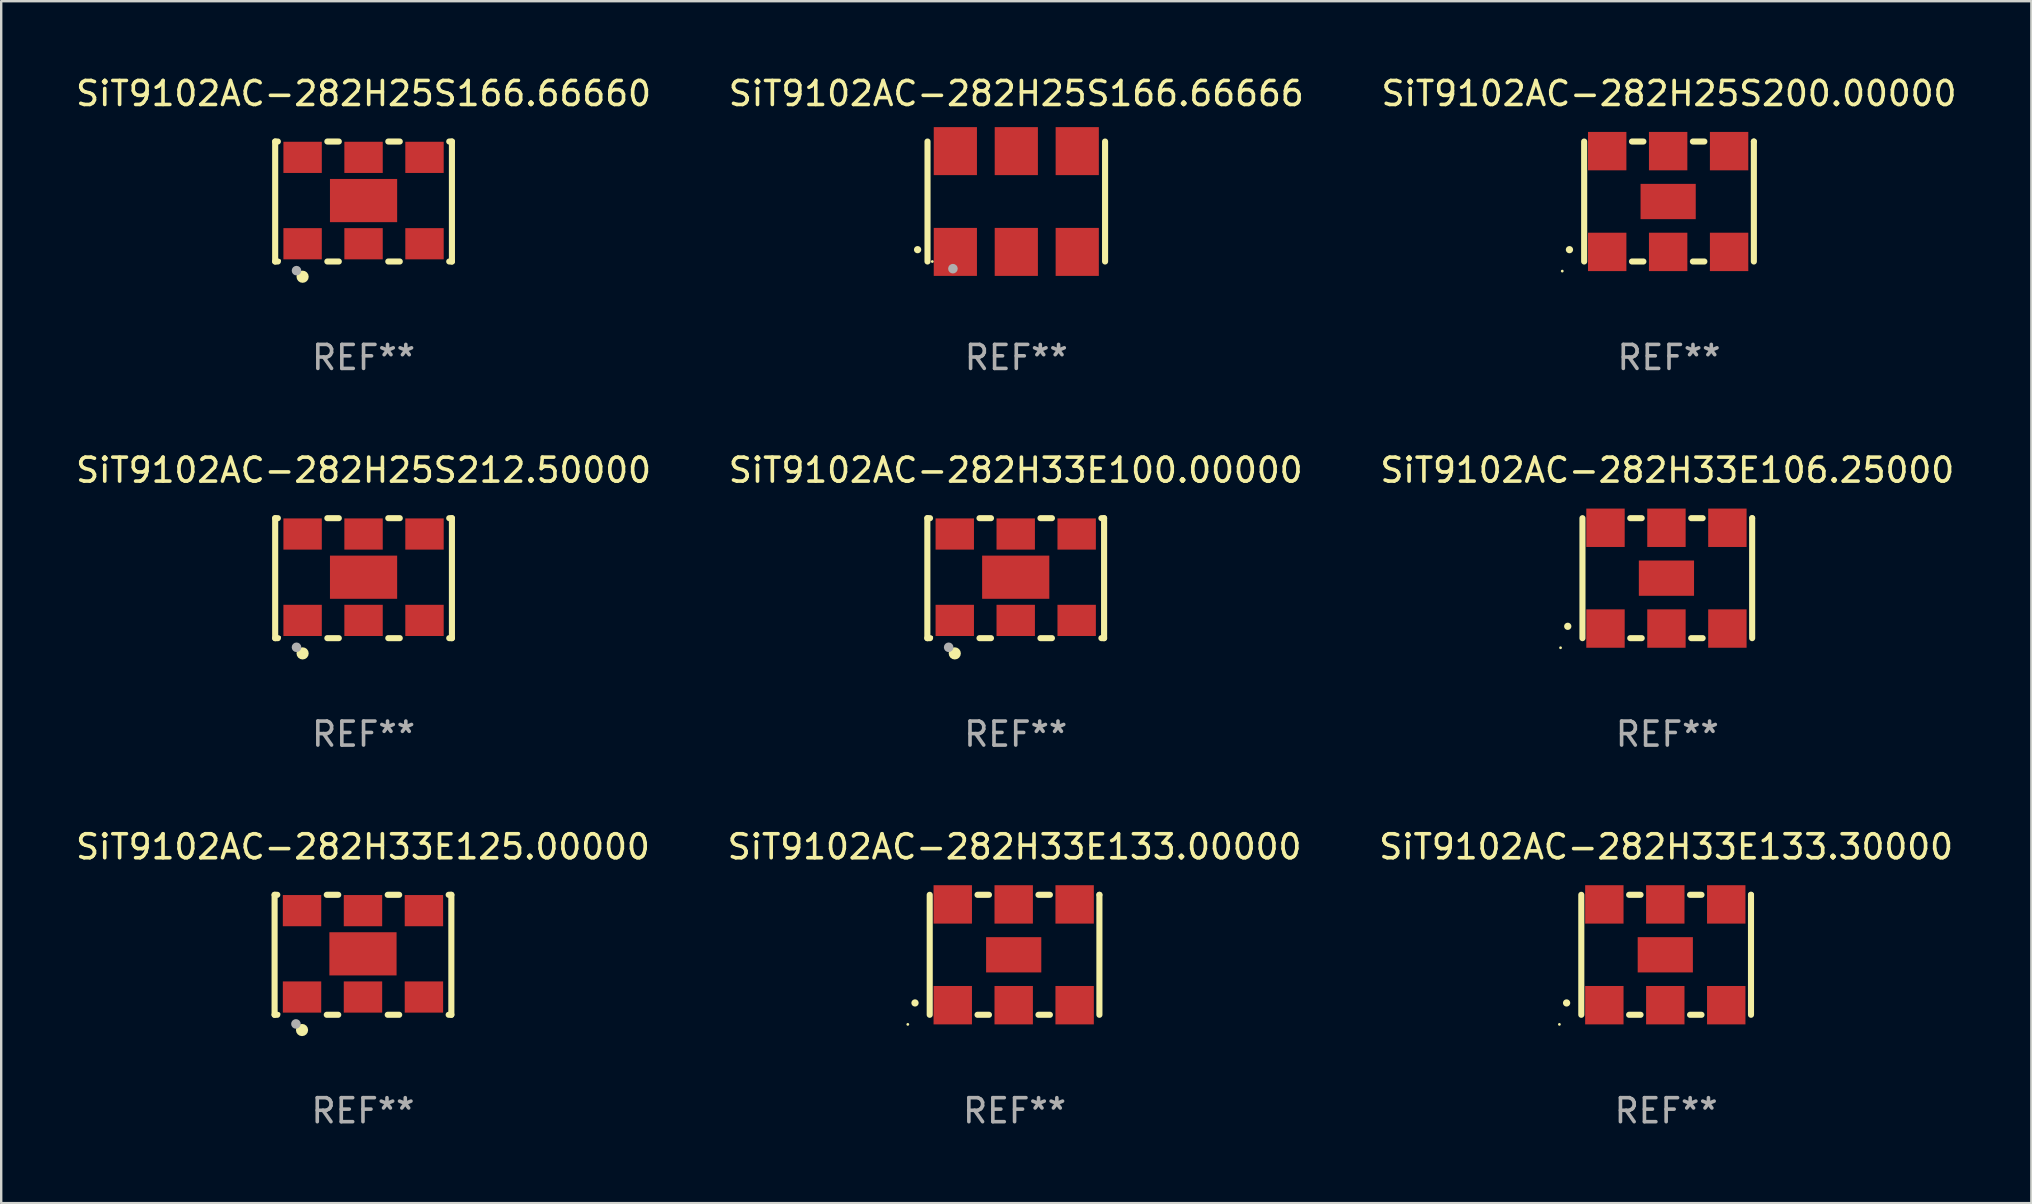
<source format=kicad_pcb>
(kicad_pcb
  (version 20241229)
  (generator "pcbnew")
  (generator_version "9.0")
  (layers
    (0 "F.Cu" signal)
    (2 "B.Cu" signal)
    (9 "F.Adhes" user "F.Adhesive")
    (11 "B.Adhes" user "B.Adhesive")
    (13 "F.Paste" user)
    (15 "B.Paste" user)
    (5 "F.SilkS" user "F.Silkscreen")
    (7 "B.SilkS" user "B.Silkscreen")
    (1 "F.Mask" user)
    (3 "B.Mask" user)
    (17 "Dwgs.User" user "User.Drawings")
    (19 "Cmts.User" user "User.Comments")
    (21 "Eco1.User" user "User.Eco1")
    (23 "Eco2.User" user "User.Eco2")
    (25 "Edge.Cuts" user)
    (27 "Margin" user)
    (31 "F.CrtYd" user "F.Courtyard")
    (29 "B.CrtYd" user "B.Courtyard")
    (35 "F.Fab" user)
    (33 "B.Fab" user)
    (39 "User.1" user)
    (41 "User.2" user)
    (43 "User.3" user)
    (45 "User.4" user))
  (footprint "SiT9102AC-282H25S212.50000"
    (layer "F.Cu")
    (at 12.101 21.045)
    (property "Reference" "SiT9102AC-282H25S212.50000" (at 0 -4.5 0) (layer "F.SilkS") (effects (font (size 1 1) (thickness 0.15))))
    (attr through_hole)
    (fp_line (start -3.683 -2.5) (end -3.571 -2.5) (stroke (width 0.254) (type solid)) (layer "F.SilkS"))
    (fp_line (start -3.683 2.5) (end -3.683 -2.5) (stroke (width 0.254) (type solid)) (layer "F.SilkS"))
    (fp_line (start -3.683 2.5) (end -3.571 2.5) (stroke (width 0.254) (type solid)) (layer "F.SilkS"))
    (fp_line (start -1.509 -2.5) (end -1.031 -2.5) (stroke (width 0.254) (type solid)) (layer "F.SilkS"))
    (fp_line (start -1.509 2.5) (end -1.031 2.5) (stroke (width 0.254) (type solid)) (layer "F.SilkS"))
    (fp_line (start 1.031 -2.5) (end 1.509 -2.5) (stroke (width 0.254) (type solid)) (layer "F.SilkS"))
    (fp_line (start 1.031 2.5) (end 1.509 2.5) (stroke (width 0.254) (type solid)) (layer "F.SilkS"))
    (fp_line (start 3.571 -2.5) (end 3.683 -2.5) (stroke (width 0.254) (type solid)) (layer "F.SilkS"))
    (fp_line (start 3.571 2.5) (end 3.683 2.5) (stroke (width 0.254) (type solid)) (layer "F.SilkS"))
    (fp_line (start 3.683 2.5) (end 3.683 -2.5) (stroke (width 0.254) (type solid)) (layer "F.SilkS"))
    (fp_circle (center -3.5 2.46) (end -3.47 2.46) (stroke (width 0.06) (type solid)) (fill no) (layer "F.SilkS"))
    (fp_circle (center -2.54 3.135) (end -2.413 3.135) (stroke (width 0.254) (type solid)) (fill no) (layer "F.SilkS"))
    (fp_circle (center -2.794 2.881) (end -2.694 2.881) (stroke (width 0.2) (type solid)) (fill no) (layer "F.Fab"))
    (fp_text user "REF**" (at 0 6.5 0) (layer "F.Fab") (effects (font (size 1 1) (thickness 0.15))))
    (pad "1" smd rect (at -2.54 1.76) (size 1.6 1.3) (layers "F.Cu" "F.Mask" "F.Paste"))
    (pad "2" smd rect (at 0 1.76) (size 1.6 1.3) (layers "F.Cu" "F.Mask" "F.Paste"))
    (pad "3" smd rect (at 2.54 1.76) (size 1.6 1.3) (layers "F.Cu" "F.Mask" "F.Paste"))
    (pad "4" smd rect (at 2.54 -1.84) (size 1.6 1.3) (layers "F.Cu" "F.Mask" "F.Paste"))
    (pad "5" smd rect (at 0 -1.84) (size 1.6 1.3) (layers "F.Cu" "F.Mask" "F.Paste"))
    (pad "6" smd rect (at -2.54 -1.84) (size 1.6 1.3) (layers "F.Cu" "F.Mask" "F.Paste"))
    (pad "7" smd rect (at 0 -0.04) (size 2.8 1.8) (layers "F.Cu" "F.Mask" "F.Paste")))
  (footprint "SiT9102AC-282H33E106.25000"
    (layer "F.Cu")
    (at 66.435 21.045)
    (property "Reference" "SiT9102AC-282H33E106.25000" (at 0 -4.5 0) (layer "F.SilkS") (effects (font (size 1 1) (thickness 0.15))))
    (attr through_hole)
    (fp_line (start -3.536 -2.5) (end -3.536 2.5) (stroke (width 0.254) (type solid)) (layer "F.SilkS"))
    (fp_line (start -1.544 2.5) (end -1.067 2.5) (stroke (width 0.254) (type solid)) (layer "F.SilkS"))
    (fp_line (start -1.067 -2.5) (end -1.544 -2.5) (stroke (width 0.254) (type solid)) (layer "F.SilkS"))
    (fp_line (start 0.996 2.5) (end 1.473 2.5) (stroke (width 0.254) (type solid)) (layer "F.SilkS"))
    (fp_line (start 1.473 -2.5) (end 0.996 -2.5) (stroke (width 0.254) (type solid)) (layer "F.SilkS"))
    (fp_line (start 3.536 -2.5) (end 3.536 -2.5) (stroke (width 0.254) (type solid)) (layer "F.SilkS"))
    (fp_line (start 3.536 2.5) (end 3.536 -2.5) (stroke (width 0.254) (type solid)) (layer "F.SilkS"))
    (fp_arc (start -4.150432 2.006604) (mid -4.149162 2.006599) (end -4.147892 2.006604) (stroke (width 0.3) (type solid)) (layer "F.SilkS"))
    (fp_circle (center -4.449 2.9) (end -4.419 2.9) (stroke (width 0.06) (type solid)) (fill no) (layer "F.SilkS"))
    (fp_text user "REF**" (at 0 6.5 0) (layer "F.Fab") (effects (font (size 1 1) (thickness 0.15))))
    (pad "1" smd rect (at -2.576 2.1) (size 1.6 1.6) (layers "F.Cu" "F.Mask" "F.Paste"))
    (pad "2" smd rect (at -0.036 2.1) (size 1.6 1.6) (layers "F.Cu" "F.Mask" "F.Paste"))
    (pad "3" smd rect (at 2.504 2.1) (size 1.6 1.6) (layers "F.Cu" "F.Mask" "F.Paste"))
    (pad "4" smd rect (at 2.504 -2.1) (size 1.6 1.6) (layers "F.Cu" "F.Mask" "F.Paste"))
    (pad "5" smd rect (at -0.036 -2.1) (size 1.6 1.6) (layers "F.Cu" "F.Mask" "F.Paste"))
    (pad "6" smd rect (at -2.576 -2.1) (size 1.6 1.6) (layers "F.Cu" "F.Mask" "F.Paste"))
    (pad "7" smd rect (at -0.036 0) (size 2.3 1.47) (layers "F.Cu" "F.Mask" "F.Paste")))
  (footprint "SiT9102AC-282H25S166.66666"
    (layer "F.Cu")
    (at 39.304 5.348)
    (property "Reference" "SiT9102AC-282H25S166.66666" (at 0 -4.5 0) (layer "F.SilkS") (effects (font (size 1 1) (thickness 0.15))))
    (attr through_hole)
    (fp_line (start -3.7 -2.5) (end -3.7 2.5) (stroke (width 0.254) (type solid)) (layer "F.SilkS"))
    (fp_line (start 3.7 -2.5) (end 3.7 2.5) (stroke (width 0.254) (type solid)) (layer "F.SilkS"))
    (fp_arc (start -4.114415 2.006604) (mid -4.113145 2.006599) (end -4.111875 2.006604) (stroke (width 0.3) (type solid)) (layer "F.SilkS"))
    (fp_circle (center -3.5 2.501) (end -3.47 2.501) (stroke (width 0.06) (type solid)) (fill no) (layer "F.SilkS"))
    (fp_circle (center -2.641 2.799) (end -2.541 2.799) (stroke (width 0.2) (type solid)) (fill no) (layer "F.Fab"))
    (fp_text user "REF**" (at 0 6.5 0) (layer "F.Fab") (effects (font (size 1 1) (thickness 0.15))))
    (pad "1" smd rect (at -2.54 2.1) (size 1.8 2) (layers "F.Cu" "F.Mask" "F.Paste"))
    (pad "2" smd rect (at 0.000394 2.1) (size 1.8 2) (layers "F.Cu" "F.Mask" "F.Paste"))
    (pad "3" smd rect (at 2.54 2.1) (size 1.8 2) (layers "F.Cu" "F.Mask" "F.Paste"))
    (pad "4" smd rect (at 2.54 -2.1) (size 1.8 2) (layers "F.Cu" "F.Mask" "F.Paste"))
    (pad "5" smd rect (at 0.000394 -2.1) (size 1.8 2) (layers "F.Cu" "F.Mask" "F.Paste"))
    (pad "6" smd rect (at -2.54 -2.1) (size 1.8 2) (layers "F.Cu" "F.Mask" "F.Paste")))
  (footprint "SiT9102AC-282H33E125.00000"
    (layer "F.Cu")
    (at 12.077 36.741)
    (property "Reference" "SiT9102AC-282H33E125.00000" (at 0 -4.5 0) (layer "F.SilkS") (effects (font (size 1 1) (thickness 0.15))))
    (attr through_hole)
    (fp_line (start -3.683 -2.5) (end -3.571 -2.5) (stroke (width 0.254) (type solid)) (layer "F.SilkS"))
    (fp_line (start -3.683 2.5) (end -3.683 -2.5) (stroke (width 0.254) (type solid)) (layer "F.SilkS"))
    (fp_line (start -3.683 2.5) (end -3.571 2.5) (stroke (width 0.254) (type solid)) (layer "F.SilkS"))
    (fp_line (start -1.509 -2.5) (end -1.031 -2.5) (stroke (width 0.254) (type solid)) (layer "F.SilkS"))
    (fp_line (start -1.509 2.5) (end -1.031 2.5) (stroke (width 0.254) (type solid)) (layer "F.SilkS"))
    (fp_line (start 1.031 -2.5) (end 1.509 -2.5) (stroke (width 0.254) (type solid)) (layer "F.SilkS"))
    (fp_line (start 1.031 2.5) (end 1.509 2.5) (stroke (width 0.254) (type solid)) (layer "F.SilkS"))
    (fp_line (start 3.571 -2.5) (end 3.683 -2.5) (stroke (width 0.254) (type solid)) (layer "F.SilkS"))
    (fp_line (start 3.571 2.5) (end 3.683 2.5) (stroke (width 0.254) (type solid)) (layer "F.SilkS"))
    (fp_line (start 3.683 2.5) (end 3.683 -2.5) (stroke (width 0.254) (type solid)) (layer "F.SilkS"))
    (fp_circle (center -3.5 2.46) (end -3.47 2.46) (stroke (width 0.06) (type solid)) (fill no) (layer "F.SilkS"))
    (fp_circle (center -2.54 3.135) (end -2.413 3.135) (stroke (width 0.254) (type solid)) (fill no) (layer "F.SilkS"))
    (fp_circle (center -2.794 2.881) (end -2.694 2.881) (stroke (width 0.2) (type solid)) (fill no) (layer "F.Fab"))
    (fp_text user "REF**" (at 0 6.5 0) (layer "F.Fab") (effects (font (size 1 1) (thickness 0.15))))
    (pad "1" smd rect (at -2.54 1.76) (size 1.6 1.3) (layers "F.Cu" "F.Mask" "F.Paste"))
    (pad "2" smd rect (at 0 1.76) (size 1.6 1.3) (layers "F.Cu" "F.Mask" "F.Paste"))
    (pad "3" smd rect (at 2.54 1.76) (size 1.6 1.3) (layers "F.Cu" "F.Mask" "F.Paste"))
    (pad "4" smd rect (at 2.54 -1.84) (size 1.6 1.3) (layers "F.Cu" "F.Mask" "F.Paste"))
    (pad "5" smd rect (at 0 -1.84) (size 1.6 1.3) (layers "F.Cu" "F.Mask" "F.Paste"))
    (pad "6" smd rect (at -2.54 -1.84) (size 1.6 1.3) (layers "F.Cu" "F.Mask" "F.Paste"))
    (pad "7" smd rect (at 0 -0.04) (size 2.8 1.8) (layers "F.Cu" "F.Mask" "F.Paste")))
  (footprint "SiT9102AC-282H33E133.00000"
    (layer "F.Cu")
    (at 39.232 36.741)
    (property "Reference" "SiT9102AC-282H33E133.00000" (at 0 -4.5 0) (layer "F.SilkS") (effects (font (size 1 1) (thickness 0.15))))
    (attr through_hole)
    (fp_line (start -3.536 -2.5) (end -3.536 2.5) (stroke (width 0.254) (type solid)) (layer "F.SilkS"))
    (fp_line (start -1.544 2.5) (end -1.067 2.5) (stroke (width 0.254) (type solid)) (layer "F.SilkS"))
    (fp_line (start -1.067 -2.5) (end -1.544 -2.5) (stroke (width 0.254) (type solid)) (layer "F.SilkS"))
    (fp_line (start 0.996 2.5) (end 1.473 2.5) (stroke (width 0.254) (type solid)) (layer "F.SilkS"))
    (fp_line (start 1.473 -2.5) (end 0.996 -2.5) (stroke (width 0.254) (type solid)) (layer "F.SilkS"))
    (fp_line (start 3.536 -2.5) (end 3.536 -2.5) (stroke (width 0.254) (type solid)) (layer "F.SilkS"))
    (fp_line (start 3.536 2.5) (end 3.536 -2.5) (stroke (width 0.254) (type solid)) (layer "F.SilkS"))
    (fp_arc (start -4.150432 2.006604) (mid -4.149162 2.006599) (end -4.147892 2.006604) (stroke (width 0.3) (type solid)) (layer "F.SilkS"))
    (fp_circle (center -4.449 2.9) (end -4.419 2.9) (stroke (width 0.06) (type solid)) (fill no) (layer "F.SilkS"))
    (fp_text user "REF**" (at 0 6.5 0) (layer "F.Fab") (effects (font (size 1 1) (thickness 0.15))))
    (pad "1" smd rect (at -2.576 2.1) (size 1.6 1.6) (layers "F.Cu" "F.Mask" "F.Paste"))
    (pad "2" smd rect (at -0.036 2.1) (size 1.6 1.6) (layers "F.Cu" "F.Mask" "F.Paste"))
    (pad "3" smd rect (at 2.504 2.1) (size 1.6 1.6) (layers "F.Cu" "F.Mask" "F.Paste"))
    (pad "4" smd rect (at 2.504 -2.1) (size 1.6 1.6) (layers "F.Cu" "F.Mask" "F.Paste"))
    (pad "5" smd rect (at -0.036 -2.1) (size 1.6 1.6) (layers "F.Cu" "F.Mask" "F.Paste"))
    (pad "6" smd rect (at -2.576 -2.1) (size 1.6 1.6) (layers "F.Cu" "F.Mask" "F.Paste"))
    (pad "7" smd rect (at -0.036 0) (size 2.3 1.47) (layers "F.Cu" "F.Mask" "F.Paste")))
  (footprint "SiT9102AC-282H33E133.30000"
    (layer "F.Cu")
    (at 66.387 36.741)
    (property "Reference" "SiT9102AC-282H33E133.30000" (at 0 -4.5 0) (layer "F.SilkS") (effects (font (size 1 1) (thickness 0.15))))
    (attr through_hole)
    (fp_line (start -3.536 -2.5) (end -3.536 2.5) (stroke (width 0.254) (type solid)) (layer "F.SilkS"))
    (fp_line (start -1.544 2.5) (end -1.067 2.5) (stroke (width 0.254) (type solid)) (layer "F.SilkS"))
    (fp_line (start -1.067 -2.5) (end -1.544 -2.5) (stroke (width 0.254) (type solid)) (layer "F.SilkS"))
    (fp_line (start 0.996 2.5) (end 1.473 2.5) (stroke (width 0.254) (type solid)) (layer "F.SilkS"))
    (fp_line (start 1.473 -2.5) (end 0.996 -2.5) (stroke (width 0.254) (type solid)) (layer "F.SilkS"))
    (fp_line (start 3.536 -2.5) (end 3.536 -2.5) (stroke (width 0.254) (type solid)) (layer "F.SilkS"))
    (fp_line (start 3.536 2.5) (end 3.536 -2.5) (stroke (width 0.254) (type solid)) (layer "F.SilkS"))
    (fp_arc (start -4.150432 2.006604) (mid -4.149162 2.006599) (end -4.147892 2.006604) (stroke (width 0.3) (type solid)) (layer "F.SilkS"))
    (fp_circle (center -4.449 2.9) (end -4.419 2.9) (stroke (width 0.06) (type solid)) (fill no) (layer "F.SilkS"))
    (fp_text user "REF**" (at 0 6.5 0) (layer "F.Fab") (effects (font (size 1 1) (thickness 0.15))))
    (pad "1" smd rect (at -2.576 2.1) (size 1.6 1.6) (layers "F.Cu" "F.Mask" "F.Paste"))
    (pad "2" smd rect (at -0.036 2.1) (size 1.6 1.6) (layers "F.Cu" "F.Mask" "F.Paste"))
    (pad "3" smd rect (at 2.504 2.1) (size 1.6 1.6) (layers "F.Cu" "F.Mask" "F.Paste"))
    (pad "4" smd rect (at 2.504 -2.1) (size 1.6 1.6) (layers "F.Cu" "F.Mask" "F.Paste"))
    (pad "5" smd rect (at -0.036 -2.1) (size 1.6 1.6) (layers "F.Cu" "F.Mask" "F.Paste"))
    (pad "6" smd rect (at -2.576 -2.1) (size 1.6 1.6) (layers "F.Cu" "F.Mask" "F.Paste"))
    (pad "7" smd rect (at -0.036 0) (size 2.3 1.47) (layers "F.Cu" "F.Mask" "F.Paste")))
  (footprint "SiT9102AC-282H25S200.00000"
    (layer "F.Cu")
    (at 66.506 5.348)
    (property "Reference" "SiT9102AC-282H25S200.00000" (at 0 -4.5 0) (layer "F.SilkS") (effects (font (size 1 1) (thickness 0.15))))
    (attr through_hole)
    (fp_line (start -3.536 -2.5) (end -3.536 2.5) (stroke (width 0.254) (type solid)) (layer "F.SilkS"))
    (fp_line (start -1.544 2.5) (end -1.067 2.5) (stroke (width 0.254) (type solid)) (layer "F.SilkS"))
    (fp_line (start -1.067 -2.5) (end -1.544 -2.5) (stroke (width 0.254) (type solid)) (layer "F.SilkS"))
    (fp_line (start 0.996 2.5) (end 1.473 2.5) (stroke (width 0.254) (type solid)) (layer "F.SilkS"))
    (fp_line (start 1.473 -2.5) (end 0.996 -2.5) (stroke (width 0.254) (type solid)) (layer "F.SilkS"))
    (fp_line (start 3.536 -2.5) (end 3.536 -2.5) (stroke (width 0.254) (type solid)) (layer "F.SilkS"))
    (fp_line (start 3.536 2.5) (end 3.536 -2.5) (stroke (width 0.254) (type solid)) (layer "F.SilkS"))
    (fp_arc (start -4.150432 2.006604) (mid -4.149162 2.006599) (end -4.147892 2.006604) (stroke (width 0.3) (type solid)) (layer "F.SilkS"))
    (fp_circle (center -4.449 2.9) (end -4.419 2.9) (stroke (width 0.06) (type solid)) (fill no) (layer "F.SilkS"))
    (fp_text user "REF**" (at 0 6.5 0) (layer "F.Fab") (effects (font (size 1 1) (thickness 0.15))))
    (pad "1" smd rect (at -2.576 2.1) (size 1.6 1.6) (layers "F.Cu" "F.Mask" "F.Paste"))
    (pad "2" smd rect (at -0.036 2.1) (size 1.6 1.6) (layers "F.Cu" "F.Mask" "F.Paste"))
    (pad "3" smd rect (at 2.504 2.1) (size 1.6 1.6) (layers "F.Cu" "F.Mask" "F.Paste"))
    (pad "4" smd rect (at 2.504 -2.1) (size 1.6 1.6) (layers "F.Cu" "F.Mask" "F.Paste"))
    (pad "5" smd rect (at -0.036 -2.1) (size 1.6 1.6) (layers "F.Cu" "F.Mask" "F.Paste"))
    (pad "6" smd rect (at -2.576 -2.1) (size 1.6 1.6) (layers "F.Cu" "F.Mask" "F.Paste"))
    (pad "7" smd rect (at -0.036 0) (size 2.3 1.47) (layers "F.Cu" "F.Mask" "F.Paste")))
  (footprint "SiT9102AC-282H25S166.66660"
    (layer "F.Cu")
    (at 12.101 5.348)
    (property "Reference" "SiT9102AC-282H25S166.66660" (at 0 -4.5 0) (layer "F.SilkS") (effects (font (size 1 1) (thickness 0.15))))
    (attr through_hole)
    (fp_line (start -3.683 -2.5) (end -3.571 -2.5) (stroke (width 0.254) (type solid)) (layer "F.SilkS"))
    (fp_line (start -3.683 2.5) (end -3.683 -2.5) (stroke (width 0.254) (type solid)) (layer "F.SilkS"))
    (fp_line (start -3.683 2.5) (end -3.571 2.5) (stroke (width 0.254) (type solid)) (layer "F.SilkS"))
    (fp_line (start -1.509 -2.5) (end -1.031 -2.5) (stroke (width 0.254) (type solid)) (layer "F.SilkS"))
    (fp_line (start -1.509 2.5) (end -1.031 2.5) (stroke (width 0.254) (type solid)) (layer "F.SilkS"))
    (fp_line (start 1.031 -2.5) (end 1.509 -2.5) (stroke (width 0.254) (type solid)) (layer "F.SilkS"))
    (fp_line (start 1.031 2.5) (end 1.509 2.5) (stroke (width 0.254) (type solid)) (layer "F.SilkS"))
    (fp_line (start 3.571 -2.5) (end 3.683 -2.5) (stroke (width 0.254) (type solid)) (layer "F.SilkS"))
    (fp_line (start 3.571 2.5) (end 3.683 2.5) (stroke (width 0.254) (type solid)) (layer "F.SilkS"))
    (fp_line (start 3.683 2.5) (end 3.683 -2.5) (stroke (width 0.254) (type solid)) (layer "F.SilkS"))
    (fp_circle (center -3.5 2.46) (end -3.47 2.46) (stroke (width 0.06) (type solid)) (fill no) (layer "F.SilkS"))
    (fp_circle (center -2.54 3.135) (end -2.413 3.135) (stroke (width 0.254) (type solid)) (fill no) (layer "F.SilkS"))
    (fp_circle (center -2.794 2.881) (end -2.694 2.881) (stroke (width 0.2) (type solid)) (fill no) (layer "F.Fab"))
    (fp_text user "REF**" (at 0 6.5 0) (layer "F.Fab") (effects (font (size 1 1) (thickness 0.15))))
    (pad "1" smd rect (at -2.54 1.76) (size 1.6 1.3) (layers "F.Cu" "F.Mask" "F.Paste"))
    (pad "2" smd rect (at 0 1.76) (size 1.6 1.3) (layers "F.Cu" "F.Mask" "F.Paste"))
    (pad "3" smd rect (at 2.54 1.76) (size 1.6 1.3) (layers "F.Cu" "F.Mask" "F.Paste"))
    (pad "4" smd rect (at 2.54 -1.84) (size 1.6 1.3) (layers "F.Cu" "F.Mask" "F.Paste"))
    (pad "5" smd rect (at 0 -1.84) (size 1.6 1.3) (layers "F.Cu" "F.Mask" "F.Paste"))
    (pad "6" smd rect (at -2.54 -1.84) (size 1.6 1.3) (layers "F.Cu" "F.Mask" "F.Paste"))
    (pad "7" smd rect (at 0 -0.04) (size 2.8 1.8) (layers "F.Cu" "F.Mask" "F.Paste")))
  (footprint "SiT9102AC-282H33E100.00000"
    (layer "F.Cu")
    (at 39.28 21.045)
    (property "Reference" "SiT9102AC-282H33E100.00000" (at 0 -4.5 0) (layer "F.SilkS") (effects (font (size 1 1) (thickness 0.15))))
    (attr through_hole)
    (fp_line (start -3.683 -2.5) (end -3.571 -2.5) (stroke (width 0.254) (type solid)) (layer "F.SilkS"))
    (fp_line (start -3.683 2.5) (end -3.683 -2.5) (stroke (width 0.254) (type solid)) (layer "F.SilkS"))
    (fp_line (start -3.683 2.5) (end -3.571 2.5) (stroke (width 0.254) (type solid)) (layer "F.SilkS"))
    (fp_line (start -1.509 -2.5) (end -1.031 -2.5) (stroke (width 0.254) (type solid)) (layer "F.SilkS"))
    (fp_line (start -1.509 2.5) (end -1.031 2.5) (stroke (width 0.254) (type solid)) (layer "F.SilkS"))
    (fp_line (start 1.031 -2.5) (end 1.509 -2.5) (stroke (width 0.254) (type solid)) (layer "F.SilkS"))
    (fp_line (start 1.031 2.5) (end 1.509 2.5) (stroke (width 0.254) (type solid)) (layer "F.SilkS"))
    (fp_line (start 3.571 -2.5) (end 3.683 -2.5) (stroke (width 0.254) (type solid)) (layer "F.SilkS"))
    (fp_line (start 3.571 2.5) (end 3.683 2.5) (stroke (width 0.254) (type solid)) (layer "F.SilkS"))
    (fp_line (start 3.683 2.5) (end 3.683 -2.5) (stroke (width 0.254) (type solid)) (layer "F.SilkS"))
    (fp_circle (center -3.5 2.46) (end -3.47 2.46) (stroke (width 0.06) (type solid)) (fill no) (layer "F.SilkS"))
    (fp_circle (center -2.54 3.135) (end -2.413 3.135) (stroke (width 0.254) (type solid)) (fill no) (layer "F.SilkS"))
    (fp_circle (center -2.794 2.881) (end -2.694 2.881) (stroke (width 0.2) (type solid)) (fill no) (layer "F.Fab"))
    (fp_text user "REF**" (at 0 6.5 0) (layer "F.Fab") (effects (font (size 1 1) (thickness 0.15))))
    (pad "1" smd rect (at -2.54 1.76) (size 1.6 1.3) (layers "F.Cu" "F.Mask" "F.Paste"))
    (pad "2" smd rect (at 0 1.76) (size 1.6 1.3) (layers "F.Cu" "F.Mask" "F.Paste"))
    (pad "3" smd rect (at 2.54 1.76) (size 1.6 1.3) (layers "F.Cu" "F.Mask" "F.Paste"))
    (pad "4" smd rect (at 2.54 -1.84) (size 1.6 1.3) (layers "F.Cu" "F.Mask" "F.Paste"))
    (pad "5" smd rect (at 0 -1.84) (size 1.6 1.3) (layers "F.Cu" "F.Mask" "F.Paste"))
    (pad "6" smd rect (at -2.54 -1.84) (size 1.6 1.3) (layers "F.Cu" "F.Mask" "F.Paste"))
    (pad "7" smd rect (at 0 -0.04) (size 2.8 1.8) (layers "F.Cu" "F.Mask" "F.Paste")))
  (gr_rect
    (start -3 -3)
    (end 81.607 47.09)
    (stroke (width 0.1) (type default))
    (fill no)
    (layer "Edge.Cuts")))
</source>
